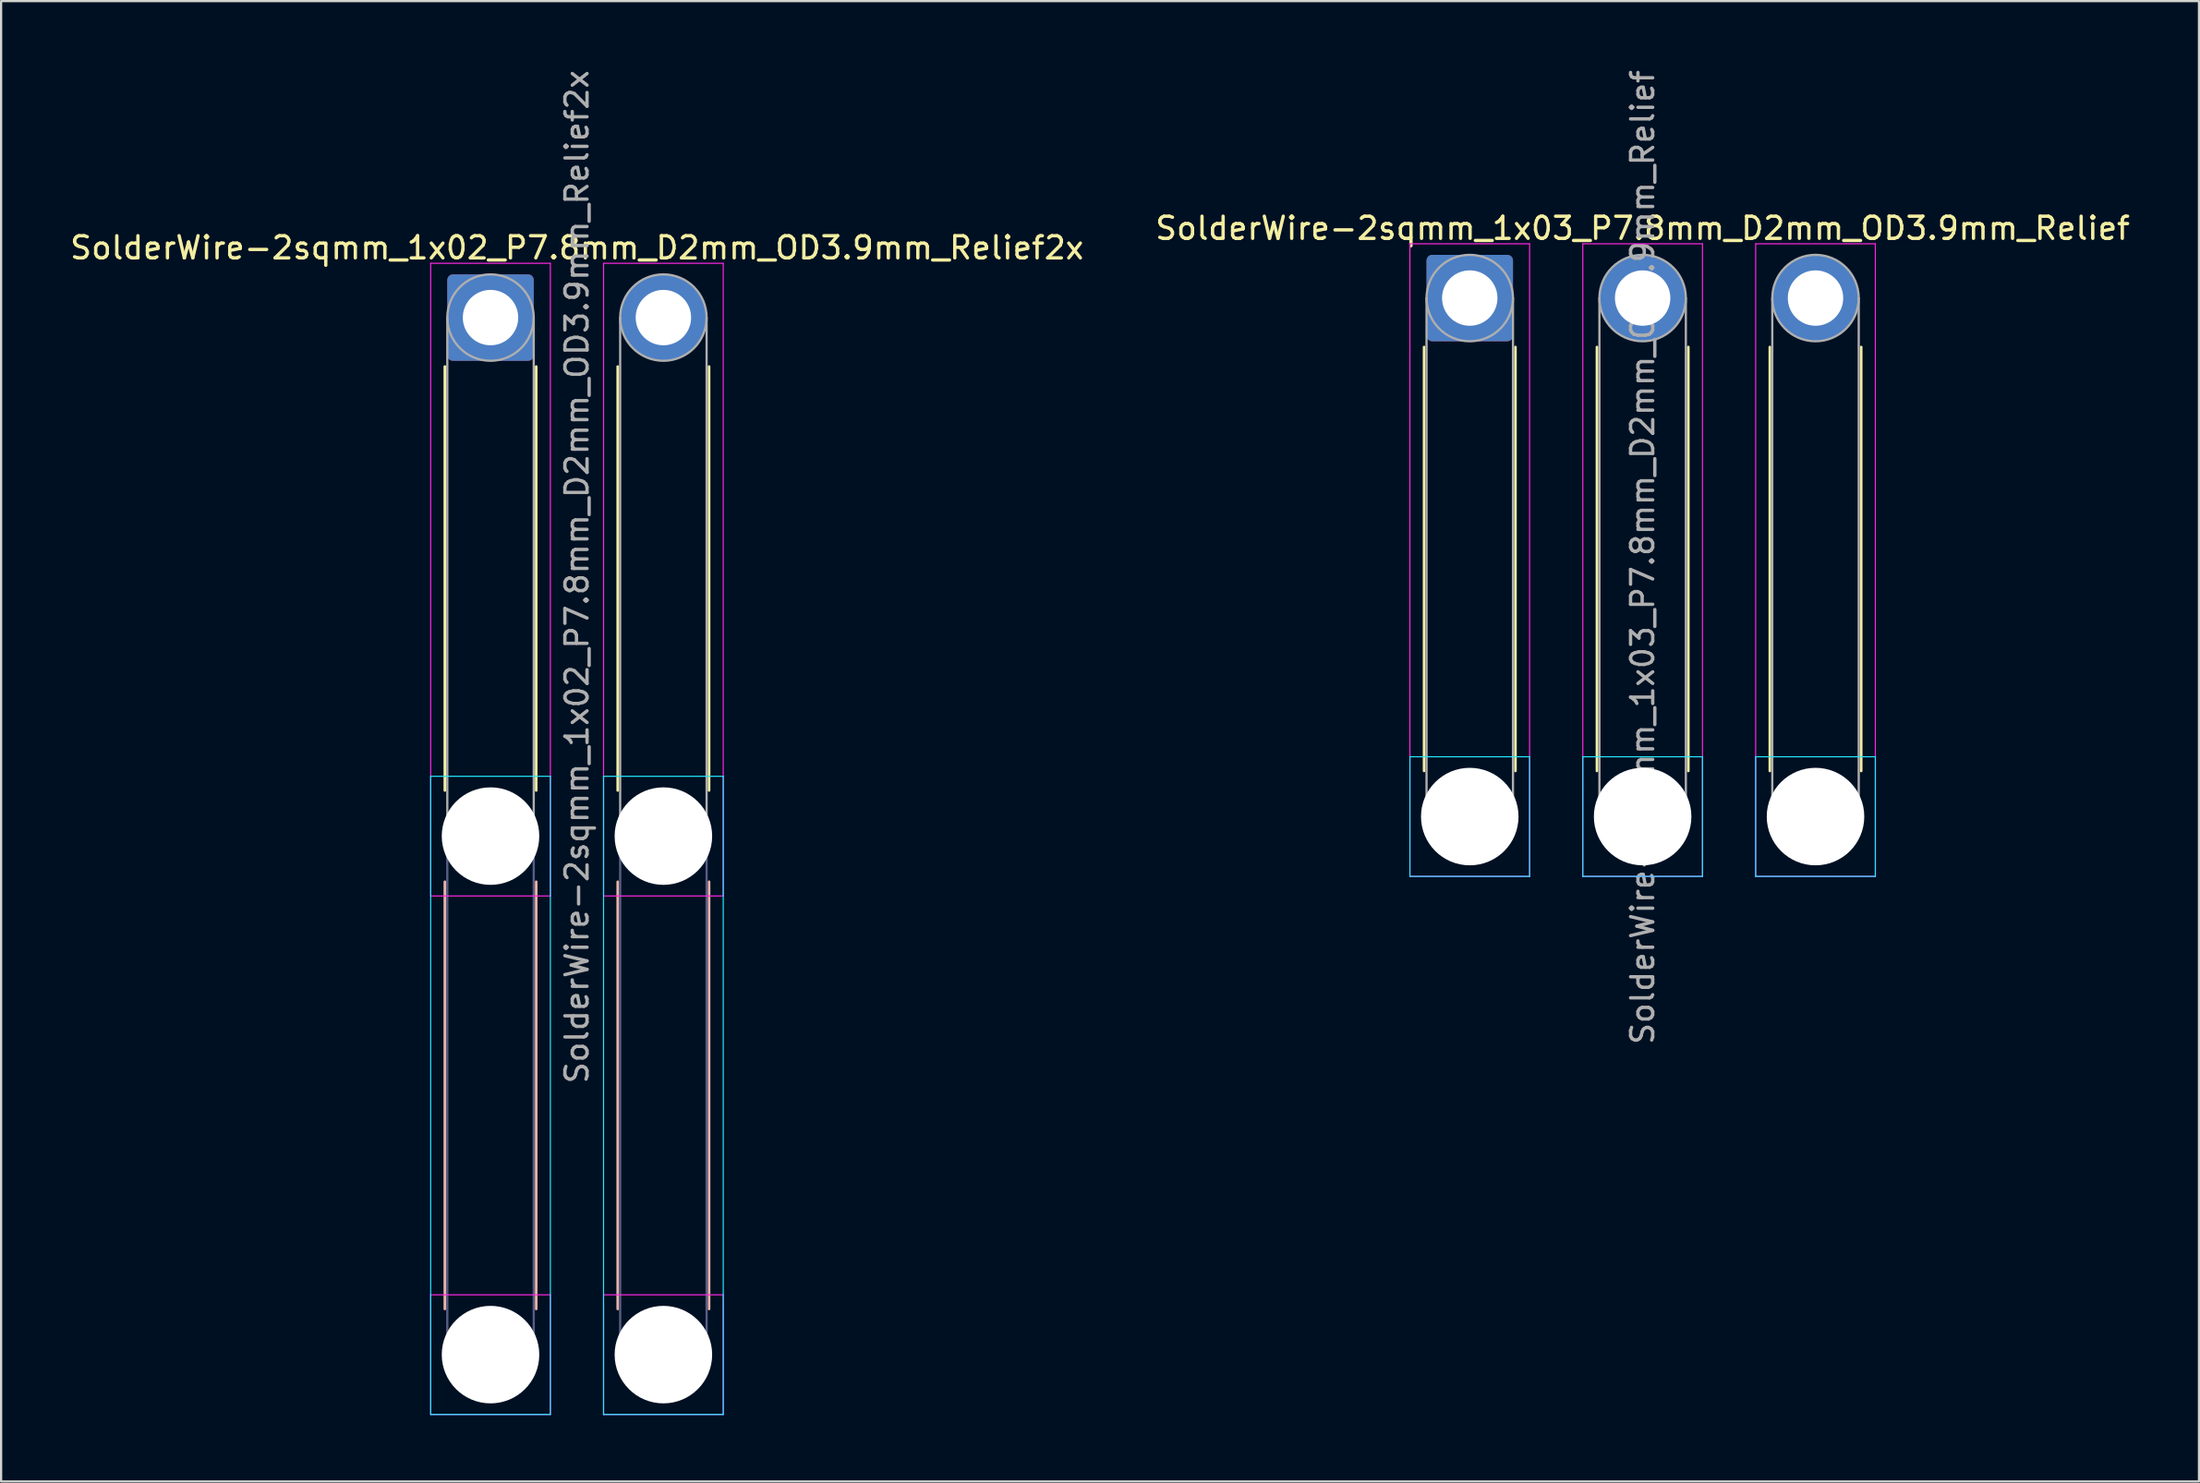
<source format=kicad_pcb>
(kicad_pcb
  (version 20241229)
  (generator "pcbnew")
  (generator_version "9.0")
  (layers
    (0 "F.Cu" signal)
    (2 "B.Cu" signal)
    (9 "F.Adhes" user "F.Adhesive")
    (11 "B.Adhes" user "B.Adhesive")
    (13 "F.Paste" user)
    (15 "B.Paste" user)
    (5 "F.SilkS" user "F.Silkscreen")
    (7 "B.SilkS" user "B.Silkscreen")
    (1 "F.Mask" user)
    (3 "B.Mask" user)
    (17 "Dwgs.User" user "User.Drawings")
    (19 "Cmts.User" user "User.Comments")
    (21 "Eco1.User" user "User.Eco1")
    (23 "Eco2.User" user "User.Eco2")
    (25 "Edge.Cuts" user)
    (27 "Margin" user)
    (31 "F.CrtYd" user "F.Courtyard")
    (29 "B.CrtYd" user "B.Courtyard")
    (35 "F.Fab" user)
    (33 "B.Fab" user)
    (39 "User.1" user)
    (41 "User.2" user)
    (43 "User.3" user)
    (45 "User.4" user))
  (footprint "SolderWire-2sqmm_1x02_P7.8mm_D2mm_OD3.9mm_Relief2x"
    (layer "F.Cu")
    (at 19.082 11.282)
    (property "Reference" "SolderWire-2sqmm_1x02_P7.8mm_D2mm_OD3.9mm_Relief2x" (at 3.9 -3.15 0) (layer "F.SilkS") (effects (font (size 1 1) (thickness 0.15))))
    (attr exclude_from_pos_files exclude_from_bom)
    (fp_line (start -2.06 2.21) (end -2.06 21.34) (stroke (width 0.12) (type solid)) (layer "F.SilkS"))
    (fp_line (start 2.06 2.21) (end 2.06 21.34) (stroke (width 0.12) (type solid)) (layer "F.SilkS"))
    (fp_line (start 5.74 2.21) (end 5.74 21.34) (stroke (width 0.12) (type solid)) (layer "F.SilkS"))
    (fp_line (start 9.86 2.21) (end 9.86 21.34) (stroke (width 0.12) (type solid)) (layer "F.SilkS"))
    (fp_line (start -2.06 25.46) (end -2.06 44.74) (stroke (width 0.12) (type solid)) (layer "B.SilkS"))
    (fp_line (start 2.06 25.46) (end 2.06 44.74) (stroke (width 0.12) (type solid)) (layer "B.SilkS"))
    (fp_line (start 5.74 25.46) (end 5.74 44.74) (stroke (width 0.12) (type solid)) (layer "B.SilkS"))
    (fp_line (start 9.86 25.46) (end 9.86 44.74) (stroke (width 0.12) (type solid)) (layer "B.SilkS"))
    (fp_line (start -2.7 20.7) (end -2.7 49.5) (stroke (width 0.05) (type solid)) (layer "B.CrtYd"))
    (fp_line (start -2.7 49.5) (end 2.7 49.5) (stroke (width 0.05) (type solid)) (layer "B.CrtYd"))
    (fp_line (start 2.7 20.7) (end -2.7 20.7) (stroke (width 0.05) (type solid)) (layer "B.CrtYd"))
    (fp_line (start 2.7 49.5) (end 2.7 20.7) (stroke (width 0.05) (type solid)) (layer "B.CrtYd"))
    (fp_line (start 5.1 20.7) (end 5.1 49.5) (stroke (width 0.05) (type solid)) (layer "B.CrtYd"))
    (fp_line (start 5.1 49.5) (end 10.5 49.5) (stroke (width 0.05) (type solid)) (layer "B.CrtYd"))
    (fp_line (start 10.5 20.7) (end 5.1 20.7) (stroke (width 0.05) (type solid)) (layer "B.CrtYd"))
    (fp_line (start 10.5 49.5) (end 10.5 20.7) (stroke (width 0.05) (type solid)) (layer "B.CrtYd"))
    (fp_line (start -2.7 -2.45) (end -2.7 26.1) (stroke (width 0.05) (type solid)) (layer "F.CrtYd"))
    (fp_line (start -2.7 26.1) (end 2.7 26.1) (stroke (width 0.05) (type solid)) (layer "F.CrtYd"))
    (fp_line (start -2.7 44.1) (end -2.7 49.5) (stroke (width 0.05) (type solid)) (layer "F.CrtYd"))
    (fp_line (start -2.7 49.5) (end 2.7 49.5) (stroke (width 0.05) (type solid)) (layer "F.CrtYd"))
    (fp_line (start 2.7 -2.45) (end -2.7 -2.45) (stroke (width 0.05) (type solid)) (layer "F.CrtYd"))
    (fp_line (start 2.7 26.1) (end 2.7 -2.45) (stroke (width 0.05) (type solid)) (layer "F.CrtYd"))
    (fp_line (start 2.7 44.1) (end -2.7 44.1) (stroke (width 0.05) (type solid)) (layer "F.CrtYd"))
    (fp_line (start 2.7 49.5) (end 2.7 44.1) (stroke (width 0.05) (type solid)) (layer "F.CrtYd"))
    (fp_line (start 5.1 -2.45) (end 5.1 26.1) (stroke (width 0.05) (type solid)) (layer "F.CrtYd"))
    (fp_line (start 5.1 26.1) (end 10.5 26.1) (stroke (width 0.05) (type solid)) (layer "F.CrtYd"))
    (fp_line (start 5.1 44.1) (end 5.1 49.5) (stroke (width 0.05) (type solid)) (layer "F.CrtYd"))
    (fp_line (start 5.1 49.5) (end 10.5 49.5) (stroke (width 0.05) (type solid)) (layer "F.CrtYd"))
    (fp_line (start 10.5 -2.45) (end 5.1 -2.45) (stroke (width 0.05) (type solid)) (layer "F.CrtYd"))
    (fp_line (start 10.5 26.1) (end 10.5 -2.45) (stroke (width 0.05) (type solid)) (layer "F.CrtYd"))
    (fp_line (start 10.5 44.1) (end 5.1 44.1) (stroke (width 0.05) (type solid)) (layer "F.CrtYd"))
    (fp_line (start 10.5 49.5) (end 10.5 44.1) (stroke (width 0.05) (type solid)) (layer "F.CrtYd"))
    (fp_line (start -1.95 23.4) (end -1.95 46.8) (stroke (width 0.1) (type solid)) (layer "B.Fab"))
    (fp_line (start 1.95 23.4) (end 1.95 46.8) (stroke (width 0.1) (type solid)) (layer "B.Fab"))
    (fp_line (start 5.85 23.4) (end 5.85 46.8) (stroke (width 0.1) (type solid)) (layer "B.Fab"))
    (fp_line (start 9.75 23.4) (end 9.75 46.8) (stroke (width 0.1) (type solid)) (layer "B.Fab"))
    (fp_circle (center 0 23.4) (end 1.95 23.4) (stroke (width 0.1) (type solid)) (fill no) (layer "B.Fab"))
    (fp_circle (center 0 46.8) (end 1.95 46.8) (stroke (width 0.1) (type solid)) (fill no) (layer "B.Fab"))
    (fp_circle (center 7.8 23.4) (end 9.75 23.4) (stroke (width 0.1) (type solid)) (fill no) (layer "B.Fab"))
    (fp_circle (center 7.8 46.8) (end 9.75 46.8) (stroke (width 0.1) (type solid)) (fill no) (layer "B.Fab"))
    (fp_line (start -1.95 0) (end -1.95 23.4) (stroke (width 0.1) (type solid)) (layer "F.Fab"))
    (fp_line (start 1.95 0) (end 1.95 23.4) (stroke (width 0.1) (type solid)) (layer "F.Fab"))
    (fp_line (start 5.85 0) (end 5.85 23.4) (stroke (width 0.1) (type solid)) (layer "F.Fab"))
    (fp_line (start 9.75 0) (end 9.75 23.4) (stroke (width 0.1) (type solid)) (layer "F.Fab"))
    (fp_circle (center 0 0) (end 1.95 0) (stroke (width 0.1) (type solid)) (fill no) (layer "F.Fab"))
    (fp_circle (center 0 23.4) (end 1.95 23.4) (stroke (width 0.1) (type solid)) (fill no) (layer "F.Fab"))
    (fp_circle (center 0 46.8) (end 1.95 46.8) (stroke (width 0.1) (type solid)) (fill no) (layer "F.Fab"))
    (fp_circle (center 7.8 0) (end 9.75 0) (stroke (width 0.1) (type solid)) (fill no) (layer "F.Fab"))
    (fp_circle (center 7.8 23.4) (end 9.75 23.4) (stroke (width 0.1) (type solid)) (fill no) (layer "F.Fab"))
    (fp_circle (center 7.8 46.8) (end 9.75 46.8) (stroke (width 0.1) (type solid)) (fill no) (layer "F.Fab"))
    (fp_text user "${REFERENCE}" (at 3.9 11.7 90) (layer "F.Fab") (effects (font (size 1 1) (thickness 0.15))))
    (pad "" np_thru_hole circle (at 0 23.4) (size 4.4 4.4) (drill 4.4) (layers "*.Cu" "*.Mask"))
    (pad "" np_thru_hole circle (at 0 46.8) (size 4.4 4.4) (drill 4.4) (layers "*.Cu" "*.Mask"))
    (pad "" np_thru_hole circle (at 7.8 23.4) (size 4.4 4.4) (drill 4.4) (layers "*.Cu" "*.Mask"))
    (pad "" np_thru_hole circle (at 7.8 46.8) (size 4.4 4.4) (drill 4.4) (layers "*.Cu" "*.Mask"))
    (pad "1" thru_hole roundrect (at 0 0) (size 3.9 3.9) (drill 2.5) (layers "*.Cu" "*.Mask") (roundrect_rratio 0.064))
    (pad "2" thru_hole circle (at 7.8 0) (size 3.9 3.9) (drill 2.5) (layers "*.Cu" "*.Mask")))
  (footprint "SolderWire-2sqmm_1x03_P7.8mm_D2mm_OD3.9mm_Relief"
    (layer "F.Cu")
    (at 63.265 10.401)
    (property "Reference" "SolderWire-2sqmm_1x03_P7.8mm_D2mm_OD3.9mm_Relief" (at 7.8 -3.15 0) (layer "F.SilkS") (effects (font (size 1 1) (thickness 0.15))))
    (attr exclude_from_pos_files exclude_from_bom)
    (fp_line (start -2.06 2.21) (end -2.06 21.34) (stroke (width 0.12) (type solid)) (layer "F.SilkS"))
    (fp_line (start 2.06 2.21) (end 2.06 21.34) (stroke (width 0.12) (type solid)) (layer "F.SilkS"))
    (fp_line (start 5.74 2.21) (end 5.74 21.34) (stroke (width 0.12) (type solid)) (layer "F.SilkS"))
    (fp_line (start 9.86 2.21) (end 9.86 21.34) (stroke (width 0.12) (type solid)) (layer "F.SilkS"))
    (fp_line (start 13.54 2.21) (end 13.54 21.34) (stroke (width 0.12) (type solid)) (layer "F.SilkS"))
    (fp_line (start 17.66 2.21) (end 17.66 21.34) (stroke (width 0.12) (type solid)) (layer "F.SilkS"))
    (fp_line (start -2.7 20.7) (end -2.7 26.1) (stroke (width 0.05) (type solid)) (layer "B.CrtYd"))
    (fp_line (start -2.7 26.1) (end 2.7 26.1) (stroke (width 0.05) (type solid)) (layer "B.CrtYd"))
    (fp_line (start 2.7 20.7) (end -2.7 20.7) (stroke (width 0.05) (type solid)) (layer "B.CrtYd"))
    (fp_line (start 2.7 26.1) (end 2.7 20.7) (stroke (width 0.05) (type solid)) (layer "B.CrtYd"))
    (fp_line (start 5.1 20.7) (end 5.1 26.1) (stroke (width 0.05) (type solid)) (layer "B.CrtYd"))
    (fp_line (start 5.1 26.1) (end 10.5 26.1) (stroke (width 0.05) (type solid)) (layer "B.CrtYd"))
    (fp_line (start 10.5 20.7) (end 5.1 20.7) (stroke (width 0.05) (type solid)) (layer "B.CrtYd"))
    (fp_line (start 10.5 26.1) (end 10.5 20.7) (stroke (width 0.05) (type solid)) (layer "B.CrtYd"))
    (fp_line (start 12.9 20.7) (end 12.9 26.1) (stroke (width 0.05) (type solid)) (layer "B.CrtYd"))
    (fp_line (start 12.9 26.1) (end 18.3 26.1) (stroke (width 0.05) (type solid)) (layer "B.CrtYd"))
    (fp_line (start 18.3 20.7) (end 12.9 20.7) (stroke (width 0.05) (type solid)) (layer "B.CrtYd"))
    (fp_line (start 18.3 26.1) (end 18.3 20.7) (stroke (width 0.05) (type solid)) (layer "B.CrtYd"))
    (fp_line (start -2.7 -2.45) (end -2.7 26.1) (stroke (width 0.05) (type solid)) (layer "F.CrtYd"))
    (fp_line (start -2.7 26.1) (end 2.7 26.1) (stroke (width 0.05) (type solid)) (layer "F.CrtYd"))
    (fp_line (start 2.7 -2.45) (end -2.7 -2.45) (stroke (width 0.05) (type solid)) (layer "F.CrtYd"))
    (fp_line (start 2.7 26.1) (end 2.7 -2.45) (stroke (width 0.05) (type solid)) (layer "F.CrtYd"))
    (fp_line (start 5.1 -2.45) (end 5.1 26.1) (stroke (width 0.05) (type solid)) (layer "F.CrtYd"))
    (fp_line (start 5.1 26.1) (end 10.5 26.1) (stroke (width 0.05) (type solid)) (layer "F.CrtYd"))
    (fp_line (start 10.5 -2.45) (end 5.1 -2.45) (stroke (width 0.05) (type solid)) (layer "F.CrtYd"))
    (fp_line (start 10.5 26.1) (end 10.5 -2.45) (stroke (width 0.05) (type solid)) (layer "F.CrtYd"))
    (fp_line (start 12.9 -2.45) (end 12.9 26.1) (stroke (width 0.05) (type solid)) (layer "F.CrtYd"))
    (fp_line (start 12.9 26.1) (end 18.3 26.1) (stroke (width 0.05) (type solid)) (layer "F.CrtYd"))
    (fp_line (start 18.3 -2.45) (end 12.9 -2.45) (stroke (width 0.05) (type solid)) (layer "F.CrtYd"))
    (fp_line (start 18.3 26.1) (end 18.3 -2.45) (stroke (width 0.05) (type solid)) (layer "F.CrtYd"))
    (fp_line (start -1.95 0) (end -1.95 23.4) (stroke (width 0.1) (type solid)) (layer "F.Fab"))
    (fp_line (start 1.95 0) (end 1.95 23.4) (stroke (width 0.1) (type solid)) (layer "F.Fab"))
    (fp_line (start 5.85 0) (end 5.85 23.4) (stroke (width 0.1) (type solid)) (layer "F.Fab"))
    (fp_line (start 9.75 0) (end 9.75 23.4) (stroke (width 0.1) (type solid)) (layer "F.Fab"))
    (fp_line (start 13.65 0) (end 13.65 23.4) (stroke (width 0.1) (type solid)) (layer "F.Fab"))
    (fp_line (start 17.55 0) (end 17.55 23.4) (stroke (width 0.1) (type solid)) (layer "F.Fab"))
    (fp_circle (center 0 0) (end 1.95 0) (stroke (width 0.1) (type solid)) (fill no) (layer "F.Fab"))
    (fp_circle (center 0 23.4) (end 1.95 23.4) (stroke (width 0.1) (type solid)) (fill no) (layer "F.Fab"))
    (fp_circle (center 7.8 0) (end 9.75 0) (stroke (width 0.1) (type solid)) (fill no) (layer "F.Fab"))
    (fp_circle (center 7.8 23.4) (end 9.75 23.4) (stroke (width 0.1) (type solid)) (fill no) (layer "F.Fab"))
    (fp_circle (center 15.6 0) (end 17.55 0) (stroke (width 0.1) (type solid)) (fill no) (layer "F.Fab"))
    (fp_circle (center 15.6 23.4) (end 17.55 23.4) (stroke (width 0.1) (type solid)) (fill no) (layer "F.Fab"))
    (fp_text user "${REFERENCE}" (at 7.8 11.7 90) (layer "F.Fab") (effects (font (size 1 1) (thickness 0.15))))
    (pad "" np_thru_hole circle (at 0 23.4) (size 4.4 4.4) (drill 4.4) (layers "*.Cu" "*.Mask"))
    (pad "" np_thru_hole circle (at 7.8 23.4) (size 4.4 4.4) (drill 4.4) (layers "*.Cu" "*.Mask"))
    (pad "" np_thru_hole circle (at 15.6 23.4) (size 4.4 4.4) (drill 4.4) (layers "*.Cu" "*.Mask"))
    (pad "1" thru_hole roundrect (at 0 0) (size 3.9 3.9) (drill 2.5) (layers "*.Cu" "*.Mask") (roundrect_rratio 0.064))
    (pad "2" thru_hole circle (at 7.8 0) (size 3.9 3.9) (drill 2.5) (layers "*.Cu" "*.Mask"))
    (pad "3" thru_hole circle (at 15.6 0) (size 3.9 3.9) (drill 2.5) (layers "*.Cu" "*.Mask")))
  (gr_rect
    (start -3 -3)
    (end 96.167 63.807)
    (stroke (width 0.1) (type default))
    (fill no)
    (layer "Edge.Cuts")))
</source>
